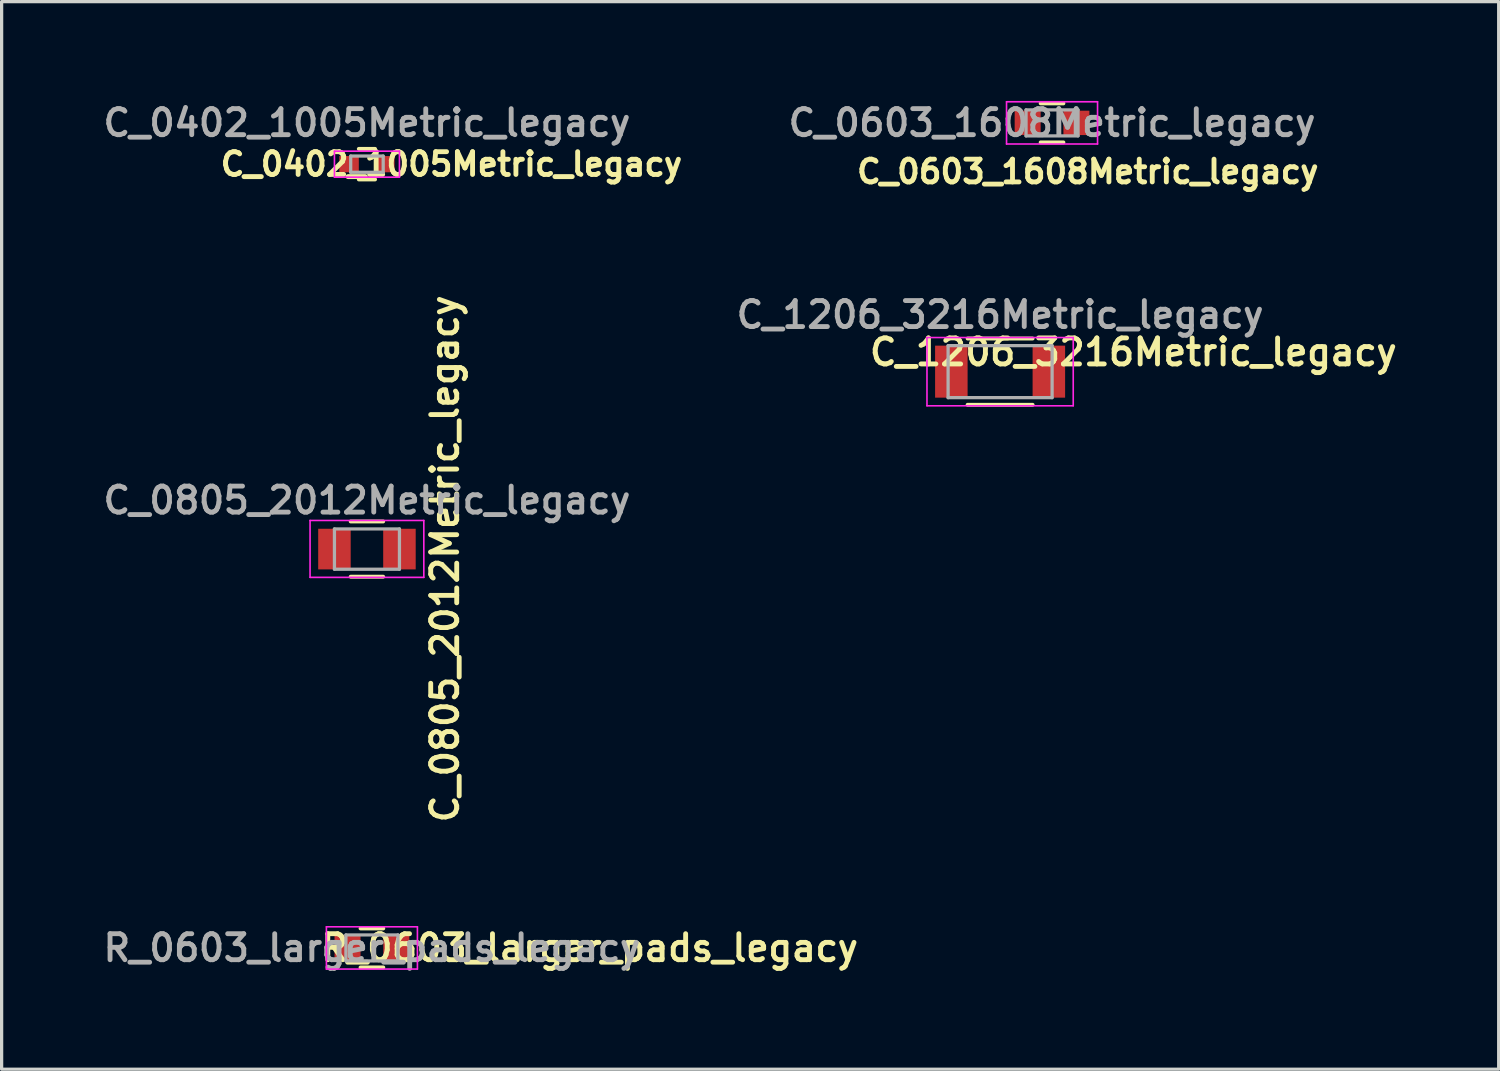
<source format=kicad_pcb>
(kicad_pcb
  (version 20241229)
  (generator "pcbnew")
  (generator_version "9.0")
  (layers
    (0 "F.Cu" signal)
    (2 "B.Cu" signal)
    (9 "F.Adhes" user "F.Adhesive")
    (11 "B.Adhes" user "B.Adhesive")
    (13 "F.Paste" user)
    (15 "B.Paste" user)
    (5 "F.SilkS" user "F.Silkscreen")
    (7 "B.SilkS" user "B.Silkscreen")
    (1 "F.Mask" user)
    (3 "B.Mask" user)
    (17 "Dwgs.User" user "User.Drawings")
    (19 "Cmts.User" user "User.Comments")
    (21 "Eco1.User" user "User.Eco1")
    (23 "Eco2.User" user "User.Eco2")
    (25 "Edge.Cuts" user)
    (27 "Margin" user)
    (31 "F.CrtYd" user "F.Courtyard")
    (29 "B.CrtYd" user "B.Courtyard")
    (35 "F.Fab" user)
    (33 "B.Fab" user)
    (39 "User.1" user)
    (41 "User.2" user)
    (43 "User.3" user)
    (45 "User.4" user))
  (footprint "R_0603_larger_pads_legacy"
    (layer "F.Cu")
    (at 8.393 26.116)
    (property "Reference" "R_0603_larger_pads_legacy" (at 6.7 0 0) (layer "F.SilkS") (effects (font (size 0.8 0.8) (thickness 0.15))))
    (attr smd)
    (fp_line (start -0.35 -0.6) (end 0.35 -0.6) (stroke (width 0.12) (type solid)) (layer "F.SilkS"))
    (fp_line (start 0.35 0.6) (end -0.35 0.6) (stroke (width 0.12) (type solid)) (layer "F.SilkS"))
    (fp_line (start -1.4 -0.65) (end -1.4 0.65) (stroke (width 0.05) (type solid)) (layer "F.CrtYd"))
    (fp_line (start -1.4 -0.65) (end 1.4 -0.65) (stroke (width 0.05) (type solid)) (layer "F.CrtYd"))
    (fp_line (start 1.4 0.65) (end -1.4 0.65) (stroke (width 0.05) (type solid)) (layer "F.CrtYd"))
    (fp_line (start 1.4 0.65) (end 1.4 -0.65) (stroke (width 0.05) (type solid)) (layer "F.CrtYd"))
    (fp_line (start -0.8 -0.4) (end 0.8 -0.4) (stroke (width 0.1) (type solid)) (layer "F.Fab"))
    (fp_line (start -0.8 0.4) (end -0.8 -0.4) (stroke (width 0.1) (type solid)) (layer "F.Fab"))
    (fp_line (start 0.8 -0.4) (end 0.8 0.4) (stroke (width 0.1) (type solid)) (layer "F.Fab"))
    (fp_line (start 0.8 0.4) (end -0.8 0.4) (stroke (width 0.1) (type solid)) (layer "F.Fab"))
    (fp_text user "${REFERENCE}" (at 0 0 0) (layer "F.Fab") (effects (font (size 0.8 0.8) (thickness 0.15))))
    (pad "1" smd rect (at -0.75 0) (size 0.8 0.75) (layers "F.Cu" "F.Mask" "F.Paste"))
    (pad "2" smd rect (at 0.75 0) (size 0.8 0.75) (layers "F.Cu" "F.Mask" "F.Paste")))
  (footprint "C_0402_1005Metric_legacy"
    (layer "F.Cu")
    (at 8.24 2.001)
    (property "Reference" "C_0402_1005Metric_legacy" (at 2.6 0 0) (layer "F.SilkS") (effects (font (size 0.7 0.7) (thickness 0.15))))
    (attr smd)
    (fp_line (start -0.25 0.47) (end 0.25 0.47) (stroke (width 0.12) (type solid)) (layer "F.SilkS"))
    (fp_line (start 0.25 -0.47) (end -0.25 -0.47) (stroke (width 0.12) (type solid)) (layer "F.SilkS"))
    (fp_line (start -1 -0.4) (end -1 0.4) (stroke (width 0.05) (type solid)) (layer "F.CrtYd"))
    (fp_line (start -1 -0.4) (end 1 -0.4) (stroke (width 0.05) (type solid)) (layer "F.CrtYd"))
    (fp_line (start 1 0.4) (end -1 0.4) (stroke (width 0.05) (type solid)) (layer "F.CrtYd"))
    (fp_line (start 1 0.4) (end 1 -0.4) (stroke (width 0.05) (type solid)) (layer "F.CrtYd"))
    (fp_line (start -0.5 -0.25) (end 0.5 -0.25) (stroke (width 0.1) (type solid)) (layer "F.Fab"))
    (fp_line (start -0.5 0.25) (end -0.5 -0.25) (stroke (width 0.1) (type solid)) (layer "F.Fab"))
    (fp_line (start 0.5 -0.25) (end 0.5 0.25) (stroke (width 0.1) (type solid)) (layer "F.Fab"))
    (fp_line (start 0.5 0.25) (end -0.5 0.25) (stroke (width 0.1) (type solid)) (layer "F.Fab"))
    (fp_text user "${REFERENCE}" (at 0 -1.27 0) (layer "F.Fab") (effects (font (size 0.8 0.8) (thickness 0.15))))
    (pad "1" smd rect (at -0.55 0) (size 0.6 0.5) (layers "F.Cu" "F.Mask" "F.Paste"))
    (pad "2" smd rect (at 0.55 0) (size 0.6 0.5) (layers "F.Cu" "F.Mask" "F.Paste")))
  (footprint "C_0603_1608Metric_legacy"
    (layer "F.Cu")
    (at 29.319 0.731)
    (property "Reference" "C_0603_1608Metric_legacy" (at 1.1 1.5 0) (layer "F.SilkS") (effects (font (size 0.7 0.7) (thickness 0.15))))
    (attr smd)
    (fp_line (start -0.35 -0.6) (end 0.35 -0.6) (stroke (width 0.12) (type solid)) (layer "F.SilkS"))
    (fp_line (start 0.35 0.6) (end -0.35 0.6) (stroke (width 0.12) (type solid)) (layer "F.SilkS"))
    (fp_line (start -1.4 -0.65) (end -1.4 0.65) (stroke (width 0.05) (type solid)) (layer "F.CrtYd"))
    (fp_line (start -1.4 -0.65) (end 1.4 -0.65) (stroke (width 0.05) (type solid)) (layer "F.CrtYd"))
    (fp_line (start 1.4 0.65) (end -1.4 0.65) (stroke (width 0.05) (type solid)) (layer "F.CrtYd"))
    (fp_line (start 1.4 0.65) (end 1.4 -0.65) (stroke (width 0.05) (type solid)) (layer "F.CrtYd"))
    (fp_line (start -0.8 -0.4) (end 0.8 -0.4) (stroke (width 0.1) (type solid)) (layer "F.Fab"))
    (fp_line (start -0.8 0.4) (end -0.8 -0.4) (stroke (width 0.1) (type solid)) (layer "F.Fab"))
    (fp_line (start 0.8 -0.4) (end 0.8 0.4) (stroke (width 0.1) (type solid)) (layer "F.Fab"))
    (fp_line (start 0.8 0.4) (end -0.8 0.4) (stroke (width 0.1) (type solid)) (layer "F.Fab"))
    (fp_text user "${REFERENCE}" (at 0 0 0) (layer "F.Fab") (effects (font (size 0.8 0.8) (thickness 0.15))))
    (pad "1" smd rect (at -0.75 0) (size 0.8 0.75) (layers "F.Cu" "F.Mask" "F.Paste"))
    (pad "2" smd rect (at 0.75 0) (size 0.8 0.75) (layers "F.Cu" "F.Mask" "F.Paste")))
  (footprint "C_0805_2012Metric_legacy"
    (layer "F.Cu")
    (at 8.24 13.844)
    (property "Reference" "C_0805_2012Metric_legacy" (at 2.4 0.3 90) (layer "F.SilkS") (effects (font (size 0.8 0.8) (thickness 0.15))))
    (attr smd)
    (fp_line (start -0.5 0.85) (end 0.5 0.85) (stroke (width 0.12) (type solid)) (layer "F.SilkS"))
    (fp_line (start 0.5 -0.85) (end -0.5 -0.85) (stroke (width 0.12) (type solid)) (layer "F.SilkS"))
    (fp_line (start -1.75 -0.88) (end -1.75 0.87) (stroke (width 0.05) (type solid)) (layer "F.CrtYd"))
    (fp_line (start -1.75 -0.88) (end 1.75 -0.88) (stroke (width 0.05) (type solid)) (layer "F.CrtYd"))
    (fp_line (start 1.75 0.87) (end -1.75 0.87) (stroke (width 0.05) (type solid)) (layer "F.CrtYd"))
    (fp_line (start 1.75 0.87) (end 1.75 -0.88) (stroke (width 0.05) (type solid)) (layer "F.CrtYd"))
    (fp_line (start -1 -0.62) (end 1 -0.62) (stroke (width 0.1) (type solid)) (layer "F.Fab"))
    (fp_line (start -1 0.62) (end -1 -0.62) (stroke (width 0.1) (type solid)) (layer "F.Fab"))
    (fp_line (start 1 -0.62) (end 1 0.62) (stroke (width 0.1) (type solid)) (layer "F.Fab"))
    (fp_line (start 1 0.62) (end -1 0.62) (stroke (width 0.1) (type solid)) (layer "F.Fab"))
    (fp_text user "${REFERENCE}" (at 0 -1.5 0) (layer "F.Fab") (effects (font (size 0.8 0.8) (thickness 0.15))))
    (pad "1" smd rect (at -1 0) (size 1 1.25) (layers "F.Cu" "F.Mask" "F.Paste"))
    (pad "2" smd rect (at 1 0) (size 1 1.25) (layers "F.Cu" "F.Mask" "F.Paste")))
  (footprint "C_1206_3216Metric_legacy"
    (layer "F.Cu")
    (at 27.721 8.385)
    (property "Reference" "C_1206_3216Metric_legacy" (at 4.1 -0.6 0) (layer "F.SilkS") (effects (font (size 0.8 0.8) (thickness 0.15))))
    (attr smd)
    (fp_line (start -1 1.02) (end 1 1.02) (stroke (width 0.12) (type solid)) (layer "F.SilkS"))
    (fp_line (start 1 -1.02) (end -1 -1.02) (stroke (width 0.12) (type solid)) (layer "F.SilkS"))
    (fp_line (start -2.25 -1.05) (end -2.25 1.05) (stroke (width 0.05) (type solid)) (layer "F.CrtYd"))
    (fp_line (start -2.25 -1.05) (end 2.25 -1.05) (stroke (width 0.05) (type solid)) (layer "F.CrtYd"))
    (fp_line (start 2.25 1.05) (end -2.25 1.05) (stroke (width 0.05) (type solid)) (layer "F.CrtYd"))
    (fp_line (start 2.25 1.05) (end 2.25 -1.05) (stroke (width 0.05) (type solid)) (layer "F.CrtYd"))
    (fp_line (start -1.6 -0.8) (end 1.6 -0.8) (stroke (width 0.1) (type solid)) (layer "F.Fab"))
    (fp_line (start -1.6 0.8) (end -1.6 -0.8) (stroke (width 0.1) (type solid)) (layer "F.Fab"))
    (fp_line (start 1.6 -0.8) (end 1.6 0.8) (stroke (width 0.1) (type solid)) (layer "F.Fab"))
    (fp_line (start 1.6 0.8) (end -1.6 0.8) (stroke (width 0.1) (type solid)) (layer "F.Fab"))
    (fp_text user "${REFERENCE}" (at 0 -1.75 0) (layer "F.Fab") (effects (font (size 0.8 0.8) (thickness 0.15))))
    (pad "1" smd rect (at -1.5 0) (size 1 1.6) (layers "F.Cu" "F.Mask" "F.Paste"))
    (pad "2" smd rect (at 1.5 0) (size 1 1.6) (layers "F.Cu" "F.Mask" "F.Paste")))
  (gr_rect
    (start -3 -3)
    (end 43.061 29.847)
    (stroke (width 0.1) (type default))
    (fill no)
    (layer "Edge.Cuts")))
</source>
